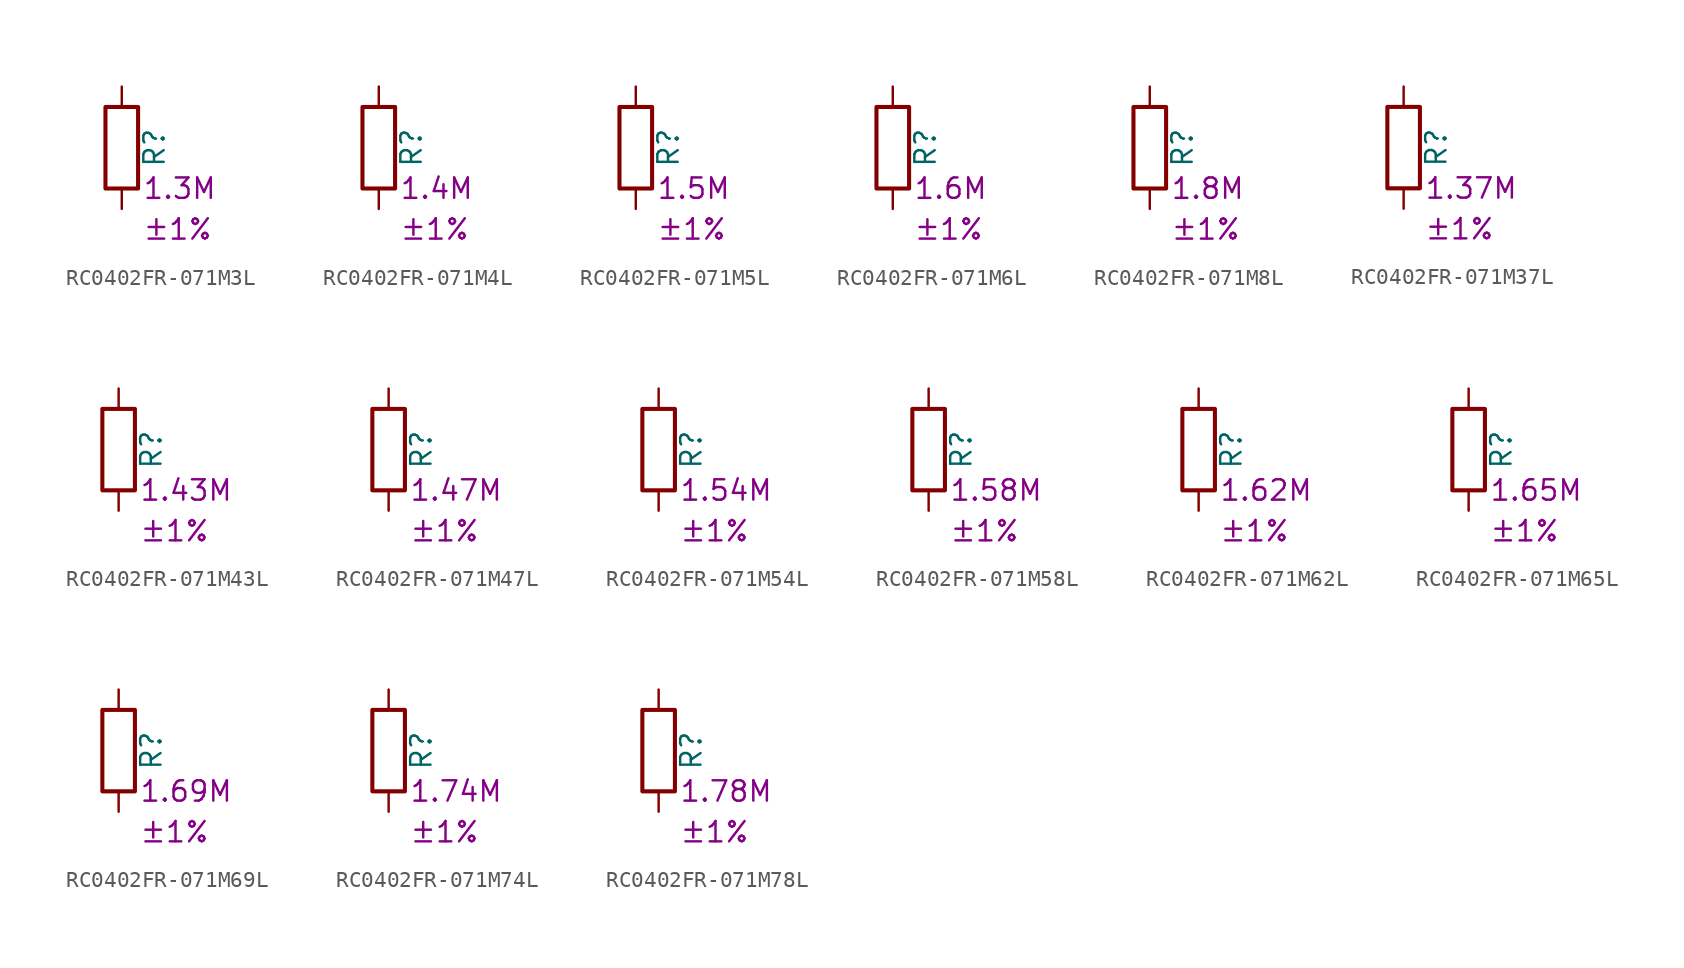
<source format=kicad_sym>
(kicad_symbol_lib
  (version 20220914)
  (generator kicad_symbol_editor)
  (symbol "RC0402FR-071M3L"
    (pin_numbers hide)
    (pin_names
      (offset 0))
    (property "Reference" "R"
      (at 2.032 0 90)
      (effects (font (size 1.27 1.27))))
    (property "Resistance" "1.3M"
      (at 1.27 -2.54 0)
      (effects (font (size 1.27 1.27)) (justify left)))
    (property "Tolerance" "±1%"
      (at 1.27 -5.08 0)
      (effects (font (size 1.27 1.27)) (justify left)))
    (symbol "RC0402FR-071M3L_0_1"
      (rectangle (start -1.016 -2.54) (end 1.016 2.54) (stroke (width 0.254) (type default)) (fill (type none))))
    (symbol "RC0402FR-071M3L_1_1"
      (pin passive line (at 0 3.81 270) (length 1.27) (name "~" (effects (font (size 1.27 1.27)))) (number "1" (effects (font (size 1.27 1.27)))))
      (pin passive line (at 0 -3.81 90) (length 1.27) (name "~" (effects (font (size 1.27 1.27)))) (number "2" (effects (font (size 1.27 1.27)))))))
  (symbol "RC0402FR-071M4L"
    (pin_numbers hide)
    (pin_names
      (offset 0))
    (property "Reference" "R"
      (at 2.032 0 90)
      (effects (font (size 1.27 1.27))))
    (property "Resistance" "1.4M"
      (at 1.27 -2.54 0)
      (effects (font (size 1.27 1.27)) (justify left)))
    (property "Tolerance" "±1%"
      (at 1.27 -5.08 0)
      (effects (font (size 1.27 1.27)) (justify left)))
    (symbol "RC0402FR-071M4L_0_1"
      (rectangle (start -1.016 -2.54) (end 1.016 2.54) (stroke (width 0.254) (type default)) (fill (type none))))
    (symbol "RC0402FR-071M4L_1_1"
      (pin passive line (at 0 3.81 270) (length 1.27) (name "~" (effects (font (size 1.27 1.27)))) (number "1" (effects (font (size 1.27 1.27)))))
      (pin passive line (at 0 -3.81 90) (length 1.27) (name "~" (effects (font (size 1.27 1.27)))) (number "2" (effects (font (size 1.27 1.27)))))))
  (symbol "RC0402FR-071M5L"
    (pin_numbers hide)
    (pin_names
      (offset 0))
    (property "Reference" "R"
      (at 2.032 0 90)
      (effects (font (size 1.27 1.27))))
    (property "Resistance" "1.5M"
      (at 1.27 -2.54 0)
      (effects (font (size 1.27 1.27)) (justify left)))
    (property "Tolerance" "±1%"
      (at 1.27 -5.08 0)
      (effects (font (size 1.27 1.27)) (justify left)))
    (symbol "RC0402FR-071M5L_0_1"
      (rectangle (start -1.016 -2.54) (end 1.016 2.54) (stroke (width 0.254) (type default)) (fill (type none))))
    (symbol "RC0402FR-071M5L_1_1"
      (pin passive line (at 0 3.81 270) (length 1.27) (name "~" (effects (font (size 1.27 1.27)))) (number "1" (effects (font (size 1.27 1.27)))))
      (pin passive line (at 0 -3.81 90) (length 1.27) (name "~" (effects (font (size 1.27 1.27)))) (number "2" (effects (font (size 1.27 1.27)))))))
  (symbol "RC0402FR-071M6L"
    (pin_numbers hide)
    (pin_names
      (offset 0))
    (property "Reference" "R"
      (at 2.032 0 90)
      (effects (font (size 1.27 1.27))))
    (property "Resistance" "1.6M"
      (at 1.27 -2.54 0)
      (effects (font (size 1.27 1.27)) (justify left)))
    (property "Tolerance" "±1%"
      (at 1.27 -5.08 0)
      (effects (font (size 1.27 1.27)) (justify left)))
    (symbol "RC0402FR-071M6L_0_1"
      (rectangle (start -1.016 -2.54) (end 1.016 2.54) (stroke (width 0.254) (type default)) (fill (type none))))
    (symbol "RC0402FR-071M6L_1_1"
      (pin passive line (at 0 3.81 270) (length 1.27) (name "~" (effects (font (size 1.27 1.27)))) (number "1" (effects (font (size 1.27 1.27)))))
      (pin passive line (at 0 -3.81 90) (length 1.27) (name "~" (effects (font (size 1.27 1.27)))) (number "2" (effects (font (size 1.27 1.27)))))))
  (symbol "RC0402FR-071M8L"
    (pin_numbers hide)
    (pin_names
      (offset 0))
    (property "Reference" "R"
      (at 2.032 0 90)
      (effects (font (size 1.27 1.27))))
    (property "Resistance" "1.8M"
      (at 1.27 -2.54 0)
      (effects (font (size 1.27 1.27)) (justify left)))
    (property "Tolerance" "±1%"
      (at 1.27 -5.08 0)
      (effects (font (size 1.27 1.27)) (justify left)))
    (symbol "RC0402FR-071M8L_0_1"
      (rectangle (start -1.016 -2.54) (end 1.016 2.54) (stroke (width 0.254) (type default)) (fill (type none))))
    (symbol "RC0402FR-071M8L_1_1"
      (pin passive line (at 0 3.81 270) (length 1.27) (name "~" (effects (font (size 1.27 1.27)))) (number "1" (effects (font (size 1.27 1.27)))))
      (pin passive line (at 0 -3.81 90) (length 1.27) (name "~" (effects (font (size 1.27 1.27)))) (number "2" (effects (font (size 1.27 1.27)))))))
  (symbol "RC0402FR-071M37L"
    (pin_numbers hide)
    (pin_names
      (offset 0))
    (property "Reference" "R"
      (at 2.032 0 90)
      (effects (font (size 1.27 1.27))))
    (property "Resistance" "1.37M"
      (at 1.27 -2.54 0)
      (effects (font (size 1.27 1.27)) (justify left)))
    (property "Tolerance" "±1%"
      (at 1.27 -5.08 0)
      (effects (font (size 1.27 1.27)) (justify left)))
    (symbol "RC0402FR-071M37L_0_1"
      (rectangle (start -1.016 -2.54) (end 1.016 2.54) (stroke (width 0.254) (type default)) (fill (type none))))
    (symbol "RC0402FR-071M37L_1_1"
      (pin passive line (at 0 3.81 270) (length 1.27) (name "~" (effects (font (size 1.27 1.27)))) (number "1" (effects (font (size 1.27 1.27)))))
      (pin passive line (at 0 -3.81 90) (length 1.27) (name "~" (effects (font (size 1.27 1.27)))) (number "2" (effects (font (size 1.27 1.27)))))))
  (symbol "RC0402FR-071M43L"
    (pin_numbers hide)
    (pin_names
      (offset 0))
    (property "Reference" "R"
      (at 2.032 0 90)
      (effects (font (size 1.27 1.27))))
    (property "Resistance" "1.43M"
      (at 1.27 -2.54 0)
      (effects (font (size 1.27 1.27)) (justify left)))
    (property "Tolerance" "±1%"
      (at 1.27 -5.08 0)
      (effects (font (size 1.27 1.27)) (justify left)))
    (symbol "RC0402FR-071M43L_0_1"
      (rectangle (start -1.016 -2.54) (end 1.016 2.54) (stroke (width 0.254) (type default)) (fill (type none))))
    (symbol "RC0402FR-071M43L_1_1"
      (pin passive line (at 0 3.81 270) (length 1.27) (name "~" (effects (font (size 1.27 1.27)))) (number "1" (effects (font (size 1.27 1.27)))))
      (pin passive line (at 0 -3.81 90) (length 1.27) (name "~" (effects (font (size 1.27 1.27)))) (number "2" (effects (font (size 1.27 1.27)))))))
  (symbol "RC0402FR-071M47L"
    (pin_numbers hide)
    (pin_names
      (offset 0))
    (property "Reference" "R"
      (at 2.032 0 90)
      (effects (font (size 1.27 1.27))))
    (property "Resistance" "1.47M"
      (at 1.27 -2.54 0)
      (effects (font (size 1.27 1.27)) (justify left)))
    (property "Tolerance" "±1%"
      (at 1.27 -5.08 0)
      (effects (font (size 1.27 1.27)) (justify left)))
    (symbol "RC0402FR-071M47L_0_1"
      (rectangle (start -1.016 -2.54) (end 1.016 2.54) (stroke (width 0.254) (type default)) (fill (type none))))
    (symbol "RC0402FR-071M47L_1_1"
      (pin passive line (at 0 3.81 270) (length 1.27) (name "~" (effects (font (size 1.27 1.27)))) (number "1" (effects (font (size 1.27 1.27)))))
      (pin passive line (at 0 -3.81 90) (length 1.27) (name "~" (effects (font (size 1.27 1.27)))) (number "2" (effects (font (size 1.27 1.27)))))))
  (symbol "RC0402FR-071M54L"
    (pin_numbers hide)
    (pin_names
      (offset 0))
    (property "Reference" "R"
      (at 2.032 0 90)
      (effects (font (size 1.27 1.27))))
    (property "Resistance" "1.54M"
      (at 1.27 -2.54 0)
      (effects (font (size 1.27 1.27)) (justify left)))
    (property "Tolerance" "±1%"
      (at 1.27 -5.08 0)
      (effects (font (size 1.27 1.27)) (justify left)))
    (symbol "RC0402FR-071M54L_0_1"
      (rectangle (start -1.016 -2.54) (end 1.016 2.54) (stroke (width 0.254) (type default)) (fill (type none))))
    (symbol "RC0402FR-071M54L_1_1"
      (pin passive line (at 0 3.81 270) (length 1.27) (name "~" (effects (font (size 1.27 1.27)))) (number "1" (effects (font (size 1.27 1.27)))))
      (pin passive line (at 0 -3.81 90) (length 1.27) (name "~" (effects (font (size 1.27 1.27)))) (number "2" (effects (font (size 1.27 1.27)))))))
  (symbol "RC0402FR-071M58L"
    (pin_numbers hide)
    (pin_names
      (offset 0))
    (property "Reference" "R"
      (at 2.032 0 90)
      (effects (font (size 1.27 1.27))))
    (property "Resistance" "1.58M"
      (at 1.27 -2.54 0)
      (effects (font (size 1.27 1.27)) (justify left)))
    (property "Tolerance" "±1%"
      (at 1.27 -5.08 0)
      (effects (font (size 1.27 1.27)) (justify left)))
    (symbol "RC0402FR-071M58L_0_1"
      (rectangle (start -1.016 -2.54) (end 1.016 2.54) (stroke (width 0.254) (type default)) (fill (type none))))
    (symbol "RC0402FR-071M58L_1_1"
      (pin passive line (at 0 3.81 270) (length 1.27) (name "~" (effects (font (size 1.27 1.27)))) (number "1" (effects (font (size 1.27 1.27)))))
      (pin passive line (at 0 -3.81 90) (length 1.27) (name "~" (effects (font (size 1.27 1.27)))) (number "2" (effects (font (size 1.27 1.27)))))))
  (symbol "RC0402FR-071M62L"
    (pin_numbers hide)
    (pin_names
      (offset 0))
    (property "Reference" "R"
      (at 2.032 0 90)
      (effects (font (size 1.27 1.27))))
    (property "Resistance" "1.62M"
      (at 1.27 -2.54 0)
      (effects (font (size 1.27 1.27)) (justify left)))
    (property "Tolerance" "±1%"
      (at 1.27 -5.08 0)
      (effects (font (size 1.27 1.27)) (justify left)))
    (symbol "RC0402FR-071M62L_0_1"
      (rectangle (start -1.016 -2.54) (end 1.016 2.54) (stroke (width 0.254) (type default)) (fill (type none))))
    (symbol "RC0402FR-071M62L_1_1"
      (pin passive line (at 0 3.81 270) (length 1.27) (name "~" (effects (font (size 1.27 1.27)))) (number "1" (effects (font (size 1.27 1.27)))))
      (pin passive line (at 0 -3.81 90) (length 1.27) (name "~" (effects (font (size 1.27 1.27)))) (number "2" (effects (font (size 1.27 1.27)))))))
  (symbol "RC0402FR-071M65L"
    (pin_numbers hide)
    (pin_names
      (offset 0))
    (property "Reference" "R"
      (at 2.032 0 90)
      (effects (font (size 1.27 1.27))))
    (property "Resistance" "1.65M"
      (at 1.27 -2.54 0)
      (effects (font (size 1.27 1.27)) (justify left)))
    (property "Tolerance" "±1%"
      (at 1.27 -5.08 0)
      (effects (font (size 1.27 1.27)) (justify left)))
    (symbol "RC0402FR-071M65L_0_1"
      (rectangle (start -1.016 -2.54) (end 1.016 2.54) (stroke (width 0.254) (type default)) (fill (type none))))
    (symbol "RC0402FR-071M65L_1_1"
      (pin passive line (at 0 3.81 270) (length 1.27) (name "~" (effects (font (size 1.27 1.27)))) (number "1" (effects (font (size 1.27 1.27)))))
      (pin passive line (at 0 -3.81 90) (length 1.27) (name "~" (effects (font (size 1.27 1.27)))) (number "2" (effects (font (size 1.27 1.27)))))))
  (symbol "RC0402FR-071M69L"
    (pin_numbers hide)
    (pin_names
      (offset 0))
    (property "Reference" "R"
      (at 2.032 0 90)
      (effects (font (size 1.27 1.27))))
    (property "Resistance" "1.69M"
      (at 1.27 -2.54 0)
      (effects (font (size 1.27 1.27)) (justify left)))
    (property "Tolerance" "±1%"
      (at 1.27 -5.08 0)
      (effects (font (size 1.27 1.27)) (justify left)))
    (symbol "RC0402FR-071M69L_0_1"
      (rectangle (start -1.016 -2.54) (end 1.016 2.54) (stroke (width 0.254) (type default)) (fill (type none))))
    (symbol "RC0402FR-071M69L_1_1"
      (pin passive line (at 0 3.81 270) (length 1.27) (name "~" (effects (font (size 1.27 1.27)))) (number "1" (effects (font (size 1.27 1.27)))))
      (pin passive line (at 0 -3.81 90) (length 1.27) (name "~" (effects (font (size 1.27 1.27)))) (number "2" (effects (font (size 1.27 1.27)))))))
  (symbol "RC0402FR-071M74L"
    (pin_numbers hide)
    (pin_names
      (offset 0))
    (property "Reference" "R"
      (at 2.032 0 90)
      (effects (font (size 1.27 1.27))))
    (property "Resistance" "1.74M"
      (at 1.27 -2.54 0)
      (effects (font (size 1.27 1.27)) (justify left)))
    (property "Tolerance" "±1%"
      (at 1.27 -5.08 0)
      (effects (font (size 1.27 1.27)) (justify left)))
    (symbol "RC0402FR-071M74L_0_1"
      (rectangle (start -1.016 -2.54) (end 1.016 2.54) (stroke (width 0.254) (type default)) (fill (type none))))
    (symbol "RC0402FR-071M74L_1_1"
      (pin passive line (at 0 3.81 270) (length 1.27) (name "~" (effects (font (size 1.27 1.27)))) (number "1" (effects (font (size 1.27 1.27)))))
      (pin passive line (at 0 -3.81 90) (length 1.27) (name "~" (effects (font (size 1.27 1.27)))) (number "2" (effects (font (size 1.27 1.27)))))))
  (symbol "RC0402FR-071M78L"
    (pin_numbers hide)
    (pin_names
      (offset 0))
    (property "Reference" "R"
      (at 2.032 0 90)
      (effects (font (size 1.27 1.27))))
    (property "Resistance" "1.78M"
      (at 1.27 -2.54 0)
      (effects (font (size 1.27 1.27)) (justify left)))
    (property "Tolerance" "±1%"
      (at 1.27 -5.08 0)
      (effects (font (size 1.27 1.27)) (justify left)))
    (symbol "RC0402FR-071M78L_0_1"
      (rectangle (start -1.016 -2.54) (end 1.016 2.54) (stroke (width 0.254) (type default)) (fill (type none))))
    (symbol "RC0402FR-071M78L_1_1"
      (pin passive line (at 0 3.81 270) (length 1.27) (name "~" (effects (font (size 1.27 1.27)))) (number "1" (effects (font (size 1.27 1.27)))))
      (pin passive line (at 0 -3.81 90) (length 1.27) (name "~" (effects (font (size 1.27 1.27)))) (number "2" (effects (font (size 1.27 1.27))))))))
</source>
